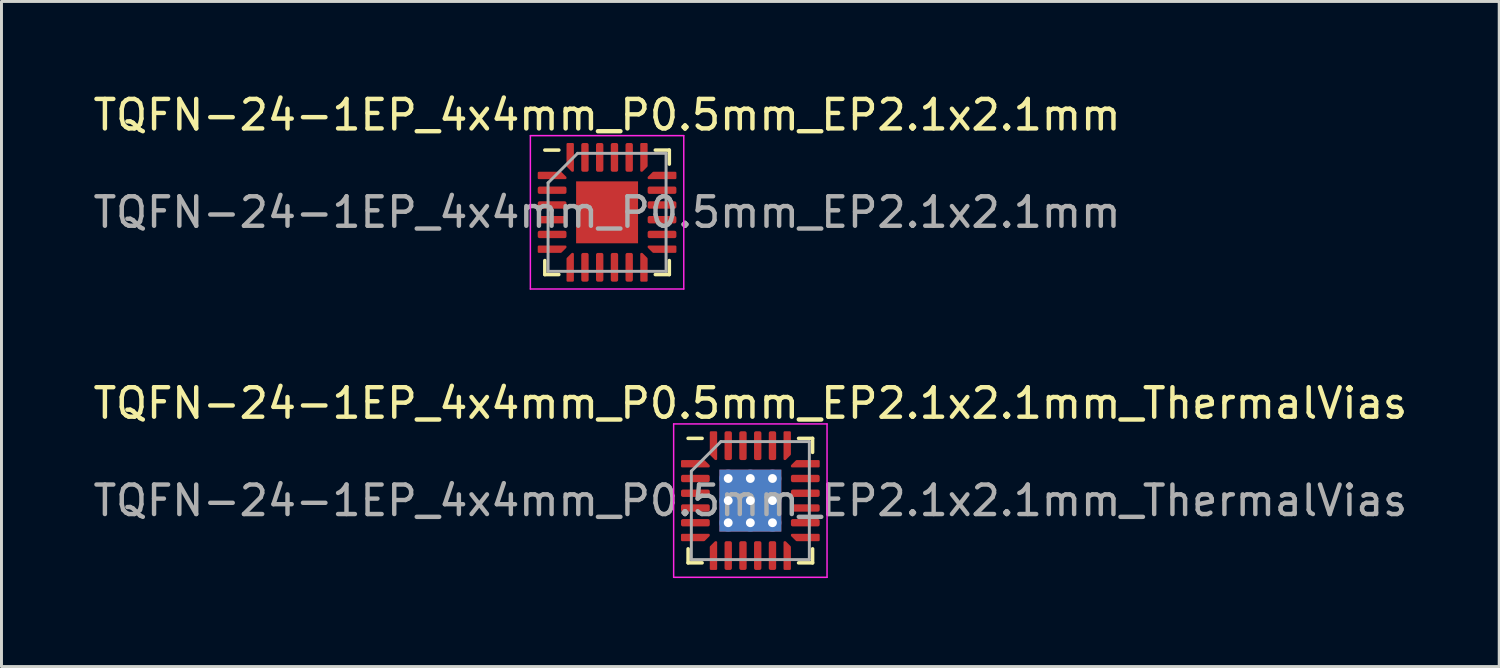
<source format=kicad_pcb>
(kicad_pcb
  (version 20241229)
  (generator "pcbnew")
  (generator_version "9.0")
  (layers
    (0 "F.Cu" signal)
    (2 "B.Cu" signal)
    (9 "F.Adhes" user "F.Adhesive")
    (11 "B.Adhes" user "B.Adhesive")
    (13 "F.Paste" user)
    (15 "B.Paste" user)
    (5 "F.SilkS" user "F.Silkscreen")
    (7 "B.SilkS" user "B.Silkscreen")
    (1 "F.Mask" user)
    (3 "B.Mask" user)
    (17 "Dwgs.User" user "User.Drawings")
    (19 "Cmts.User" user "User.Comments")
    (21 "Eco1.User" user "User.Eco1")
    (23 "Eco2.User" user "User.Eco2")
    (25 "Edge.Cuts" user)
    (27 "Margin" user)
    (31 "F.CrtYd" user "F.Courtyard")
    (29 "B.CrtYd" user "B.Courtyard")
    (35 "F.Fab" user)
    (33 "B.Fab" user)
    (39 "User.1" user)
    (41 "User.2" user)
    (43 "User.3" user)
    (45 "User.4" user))
  (footprint "TQFN-24-1EP_4x4mm_P0.5mm_EP2.1x2.1mm"
    (layer "F.Cu")
    (at 17.53 4.148)
    (property "Reference" "TQFN-24-1EP_4x4mm_P0.5mm_EP2.1x2.1mm" (at 0 -3.3 0) (layer "F.SilkS") (effects (font (size 1 1) (thickness 0.15))))
    (attr smd)
    (fp_line (start -2.11 2.11) (end -2.11 1.635) (stroke (width 0.12) (type solid)) (layer "F.SilkS"))
    (fp_line (start -1.635 -2.11) (end -2.11 -2.11) (stroke (width 0.12) (type solid)) (layer "F.SilkS"))
    (fp_line (start -1.635 2.11) (end -2.11 2.11) (stroke (width 0.12) (type solid)) (layer "F.SilkS"))
    (fp_line (start 1.635 -2.11) (end 2.11 -2.11) (stroke (width 0.12) (type solid)) (layer "F.SilkS"))
    (fp_line (start 1.635 2.11) (end 2.11 2.11) (stroke (width 0.12) (type solid)) (layer "F.SilkS"))
    (fp_line (start 2.11 -2.11) (end 2.11 -1.635) (stroke (width 0.12) (type solid)) (layer "F.SilkS"))
    (fp_line (start 2.11 2.11) (end 2.11 1.635) (stroke (width 0.12) (type solid)) (layer "F.SilkS"))
    (fp_line (start -2.6 -2.6) (end -2.6 2.6) (stroke (width 0.05) (type solid)) (layer "F.CrtYd"))
    (fp_line (start -2.6 2.6) (end 2.6 2.6) (stroke (width 0.05) (type solid)) (layer "F.CrtYd"))
    (fp_line (start 2.6 -2.6) (end -2.6 -2.6) (stroke (width 0.05) (type solid)) (layer "F.CrtYd"))
    (fp_line (start 2.6 2.6) (end 2.6 -2.6) (stroke (width 0.05) (type solid)) (layer "F.CrtYd"))
    (fp_line (start -2 -1) (end -1 -2) (stroke (width 0.1) (type solid)) (layer "F.Fab"))
    (fp_line (start -2 2) (end -2 -1) (stroke (width 0.1) (type solid)) (layer "F.Fab"))
    (fp_line (start -1 -2) (end 2 -2) (stroke (width 0.1) (type solid)) (layer "F.Fab"))
    (fp_line (start 2 -2) (end 2 2) (stroke (width 0.1) (type solid)) (layer "F.Fab"))
    (fp_line (start 2 2) (end -2 2) (stroke (width 0.1) (type solid)) (layer "F.Fab"))
    (fp_text user "${REFERENCE}" (at 0 0 0) (layer "F.Fab") (effects (font (size 1 1) (thickness 0.15))))
    (pad "" smd roundrect (at -0.525 -0.525) (size 0.85 0.85) (layers "F.Paste") (roundrect_rratio 0.25))
    (pad "" smd roundrect (at -0.525 0.525) (size 0.85 0.85) (layers "F.Paste") (roundrect_rratio 0.25))
    (pad "" smd roundrect (at 0.525 -0.525) (size 0.85 0.85) (layers "F.Paste") (roundrect_rratio 0.25))
    (pad "" smd roundrect (at 0.525 0.525) (size 0.85 0.85) (layers "F.Paste") (roundrect_rratio 0.25))
    (pad "1" smd custom (at -1.863 -1.25) (size 0.123 0.123) (layers "F.Cu" "F.Mask" "F.Paste") (options (anchor circle)) (primitives (gr_poly (pts (xy -0.453 -0.09) (xy 0.293 -0.09) (xy 0.453 0.069) (xy 0.453 0.09) (xy -0.453 0.09)) (width 0.07) (fill yes))))
    (pad "2" smd roundrect (at -1.863 -0.75) (size 0.975 0.25) (layers "F.Cu" "F.Mask" "F.Paste") (roundrect_rratio 0.25))
    (pad "3" smd roundrect (at -1.863 -0.25) (size 0.975 0.25) (layers "F.Cu" "F.Mask" "F.Paste") (roundrect_rratio 0.25))
    (pad "4" smd roundrect (at -1.863 0.25) (size 0.975 0.25) (layers "F.Cu" "F.Mask" "F.Paste") (roundrect_rratio 0.25))
    (pad "5" smd roundrect (at -1.863 0.75) (size 0.975 0.25) (layers "F.Cu" "F.Mask" "F.Paste") (roundrect_rratio 0.25))
    (pad "6" smd custom (at -1.863 1.25) (size 0.123 0.123) (layers "F.Cu" "F.Mask" "F.Paste") (options (anchor circle)) (primitives (gr_poly (pts (xy -0.453 -0.09) (xy 0.453 -0.09) (xy 0.453 -0.069) (xy 0.293 0.09) (xy -0.453 0.09)) (width 0.07) (fill yes))))
    (pad "7" smd custom (at -1.25 1.863) (size 0.123 0.123) (layers "F.Cu" "F.Mask" "F.Paste") (options (anchor circle)) (primitives (gr_poly (pts (xy -0.09 -0.293) (xy 0.069 -0.453) (xy 0.09 -0.453) (xy 0.09 0.453) (xy -0.09 0.453)) (width 0.07) (fill yes))))
    (pad "8" smd roundrect (at -0.75 1.863) (size 0.25 0.975) (layers "F.Cu" "F.Mask" "F.Paste") (roundrect_rratio 0.25))
    (pad "9" smd roundrect (at -0.25 1.863) (size 0.25 0.975) (layers "F.Cu" "F.Mask" "F.Paste") (roundrect_rratio 0.25))
    (pad "10" smd roundrect (at 0.25 1.863) (size 0.25 0.975) (layers "F.Cu" "F.Mask" "F.Paste") (roundrect_rratio 0.25))
    (pad "11" smd roundrect (at 0.75 1.863) (size 0.25 0.975) (layers "F.Cu" "F.Mask" "F.Paste") (roundrect_rratio 0.25))
    (pad "12" smd custom (at 1.25 1.863) (size 0.123 0.123) (layers "F.Cu" "F.Mask" "F.Paste") (options (anchor circle)) (primitives (gr_poly (pts (xy -0.09 -0.453) (xy -0.069 -0.453) (xy 0.09 -0.293) (xy 0.09 0.453) (xy -0.09 0.453)) (width 0.07) (fill yes))))
    (pad "13" smd custom (at 1.863 1.25) (size 0.123 0.123) (layers "F.Cu" "F.Mask" "F.Paste") (options (anchor circle)) (primitives (gr_poly (pts (xy -0.453 -0.09) (xy 0.453 -0.09) (xy 0.453 0.09) (xy -0.293 0.09) (xy -0.453 -0.069)) (width 0.07) (fill yes))))
    (pad "14" smd roundrect (at 1.863 0.75) (size 0.975 0.25) (layers "F.Cu" "F.Mask" "F.Paste") (roundrect_rratio 0.25))
    (pad "15" smd roundrect (at 1.863 0.25) (size 0.975 0.25) (layers "F.Cu" "F.Mask" "F.Paste") (roundrect_rratio 0.25))
    (pad "16" smd roundrect (at 1.863 -0.25) (size 0.975 0.25) (layers "F.Cu" "F.Mask" "F.Paste") (roundrect_rratio 0.25))
    (pad "17" smd roundrect (at 1.863 -0.75) (size 0.975 0.25) (layers "F.Cu" "F.Mask" "F.Paste") (roundrect_rratio 0.25))
    (pad "18" smd custom (at 1.863 -1.25) (size 0.123 0.123) (layers "F.Cu" "F.Mask" "F.Paste") (options (anchor circle)) (primitives (gr_poly (pts (xy -0.453 0.069) (xy -0.293 -0.09) (xy 0.453 -0.09) (xy 0.453 0.09) (xy -0.453 0.09)) (width 0.07) (fill yes))))
    (pad "19" smd custom (at 1.25 -1.863) (size 0.123 0.123) (layers "F.Cu" "F.Mask" "F.Paste") (options (anchor circle)) (primitives (gr_poly (pts (xy -0.09 -0.453) (xy 0.09 -0.453) (xy 0.09 0.293) (xy -0.069 0.453) (xy -0.09 0.453)) (width 0.07) (fill yes))))
    (pad "20" smd roundrect (at 0.75 -1.863) (size 0.25 0.975) (layers "F.Cu" "F.Mask" "F.Paste") (roundrect_rratio 0.25))
    (pad "21" smd roundrect (at 0.25 -1.863) (size 0.25 0.975) (layers "F.Cu" "F.Mask" "F.Paste") (roundrect_rratio 0.25))
    (pad "22" smd roundrect (at -0.25 -1.863) (size 0.25 0.975) (layers "F.Cu" "F.Mask" "F.Paste") (roundrect_rratio 0.25))
    (pad "23" smd roundrect (at -0.75 -1.863) (size 0.25 0.975) (layers "F.Cu" "F.Mask" "F.Paste") (roundrect_rratio 0.25))
    (pad "24" smd custom (at -1.25 -1.863) (size 0.123 0.123) (layers "F.Cu" "F.Mask" "F.Paste") (options (anchor circle)) (primitives (gr_poly (pts (xy -0.09 -0.453) (xy 0.09 -0.453) (xy 0.09 0.453) (xy 0.069 0.453) (xy -0.09 0.293)) (width 0.07) (fill yes))))
    (pad "25" smd rect (at 0 0) (size 2.1 2.1) (layers "F.Cu" "F.Mask")))
  (footprint "TQFN-24-1EP_4x4mm_P0.5mm_EP2.1x2.1mm_ThermalVias"
    (layer "F.Cu")
    (at 22.387 13.921)
    (property "Reference" "TQFN-24-1EP_4x4mm_P0.5mm_EP2.1x2.1mm_ThermalVias" (at 0 -3.3 0) (layer "F.SilkS") (effects (font (size 1 1) (thickness 0.15))))
    (attr smd)
    (fp_line (start -2.11 2.11) (end -2.11 1.635) (stroke (width 0.12) (type solid)) (layer "F.SilkS"))
    (fp_line (start -1.635 -2.11) (end -2.11 -2.11) (stroke (width 0.12) (type solid)) (layer "F.SilkS"))
    (fp_line (start -1.635 2.11) (end -2.11 2.11) (stroke (width 0.12) (type solid)) (layer "F.SilkS"))
    (fp_line (start 1.635 -2.11) (end 2.11 -2.11) (stroke (width 0.12) (type solid)) (layer "F.SilkS"))
    (fp_line (start 1.635 2.11) (end 2.11 2.11) (stroke (width 0.12) (type solid)) (layer "F.SilkS"))
    (fp_line (start 2.11 -2.11) (end 2.11 -1.635) (stroke (width 0.12) (type solid)) (layer "F.SilkS"))
    (fp_line (start 2.11 2.11) (end 2.11 1.635) (stroke (width 0.12) (type solid)) (layer "F.SilkS"))
    (fp_line (start -2.6 -2.6) (end -2.6 2.6) (stroke (width 0.05) (type solid)) (layer "F.CrtYd"))
    (fp_line (start -2.6 2.6) (end 2.6 2.6) (stroke (width 0.05) (type solid)) (layer "F.CrtYd"))
    (fp_line (start 2.6 -2.6) (end -2.6 -2.6) (stroke (width 0.05) (type solid)) (layer "F.CrtYd"))
    (fp_line (start 2.6 2.6) (end 2.6 -2.6) (stroke (width 0.05) (type solid)) (layer "F.CrtYd"))
    (fp_line (start -2 -1) (end -1 -2) (stroke (width 0.1) (type solid)) (layer "F.Fab"))
    (fp_line (start -2 2) (end -2 -1) (stroke (width 0.1) (type solid)) (layer "F.Fab"))
    (fp_line (start -1 -2) (end 2 -2) (stroke (width 0.1) (type solid)) (layer "F.Fab"))
    (fp_line (start 2 -2) (end 2 2) (stroke (width 0.1) (type solid)) (layer "F.Fab"))
    (fp_line (start 2 2) (end -2 2) (stroke (width 0.1) (type solid)) (layer "F.Fab"))
    (fp_text user "${REFERENCE}" (at 0 0 0) (layer "F.Fab") (effects (font (size 1 1) (thickness 0.15))))
    (pad "" smd roundrect (at -0.525 -0.525) (size 0.85 0.85) (layers "F.Paste") (roundrect_rratio 0.25))
    (pad "" smd roundrect (at -0.525 0.525) (size 0.85 0.85) (layers "F.Paste") (roundrect_rratio 0.25))
    (pad "" smd roundrect (at 0.525 -0.525) (size 0.85 0.85) (layers "F.Paste") (roundrect_rratio 0.25))
    (pad "" smd roundrect (at 0.525 0.525) (size 0.85 0.85) (layers "F.Paste") (roundrect_rratio 0.25))
    (pad "1" smd custom (at -1.863 -1.25) (size 0.123 0.123) (layers "F.Cu" "F.Mask" "F.Paste") (options (anchor circle)) (primitives (gr_poly (pts (xy -0.453 -0.09) (xy 0.293 -0.09) (xy 0.453 0.069) (xy 0.453 0.09) (xy -0.453 0.09)) (width 0.07) (fill yes))))
    (pad "2" smd roundrect (at -1.863 -0.75) (size 0.975 0.25) (layers "F.Cu" "F.Mask" "F.Paste") (roundrect_rratio 0.25))
    (pad "3" smd roundrect (at -1.863 -0.25) (size 0.975 0.25) (layers "F.Cu" "F.Mask" "F.Paste") (roundrect_rratio 0.25))
    (pad "4" smd roundrect (at -1.863 0.25) (size 0.975 0.25) (layers "F.Cu" "F.Mask" "F.Paste") (roundrect_rratio 0.25))
    (pad "5" smd roundrect (at -1.863 0.75) (size 0.975 0.25) (layers "F.Cu" "F.Mask" "F.Paste") (roundrect_rratio 0.25))
    (pad "6" smd custom (at -1.863 1.25) (size 0.123 0.123) (layers "F.Cu" "F.Mask" "F.Paste") (options (anchor circle)) (primitives (gr_poly (pts (xy -0.453 -0.09) (xy 0.453 -0.09) (xy 0.453 -0.069) (xy 0.293 0.09) (xy -0.453 0.09)) (width 0.07) (fill yes))))
    (pad "7" smd custom (at -1.25 1.863) (size 0.123 0.123) (layers "F.Cu" "F.Mask" "F.Paste") (options (anchor circle)) (primitives (gr_poly (pts (xy -0.09 -0.293) (xy 0.069 -0.453) (xy 0.09 -0.453) (xy 0.09 0.453) (xy -0.09 0.453)) (width 0.07) (fill yes))))
    (pad "8" smd roundrect (at -0.75 1.863) (size 0.25 0.975) (layers "F.Cu" "F.Mask" "F.Paste") (roundrect_rratio 0.25))
    (pad "9" smd roundrect (at -0.25 1.863) (size 0.25 0.975) (layers "F.Cu" "F.Mask" "F.Paste") (roundrect_rratio 0.25))
    (pad "10" smd roundrect (at 0.25 1.863) (size 0.25 0.975) (layers "F.Cu" "F.Mask" "F.Paste") (roundrect_rratio 0.25))
    (pad "11" smd roundrect (at 0.75 1.863) (size 0.25 0.975) (layers "F.Cu" "F.Mask" "F.Paste") (roundrect_rratio 0.25))
    (pad "12" smd custom (at 1.25 1.863) (size 0.123 0.123) (layers "F.Cu" "F.Mask" "F.Paste") (options (anchor circle)) (primitives (gr_poly (pts (xy -0.09 -0.453) (xy -0.069 -0.453) (xy 0.09 -0.293) (xy 0.09 0.453) (xy -0.09 0.453)) (width 0.07) (fill yes))))
    (pad "13" smd custom (at 1.863 1.25) (size 0.123 0.123) (layers "F.Cu" "F.Mask" "F.Paste") (options (anchor circle)) (primitives (gr_poly (pts (xy -0.453 -0.09) (xy 0.453 -0.09) (xy 0.453 0.09) (xy -0.293 0.09) (xy -0.453 -0.069)) (width 0.07) (fill yes))))
    (pad "14" smd roundrect (at 1.863 0.75) (size 0.975 0.25) (layers "F.Cu" "F.Mask" "F.Paste") (roundrect_rratio 0.25))
    (pad "15" smd roundrect (at 1.863 0.25) (size 0.975 0.25) (layers "F.Cu" "F.Mask" "F.Paste") (roundrect_rratio 0.25))
    (pad "16" smd roundrect (at 1.863 -0.25) (size 0.975 0.25) (layers "F.Cu" "F.Mask" "F.Paste") (roundrect_rratio 0.25))
    (pad "17" smd roundrect (at 1.863 -0.75) (size 0.975 0.25) (layers "F.Cu" "F.Mask" "F.Paste") (roundrect_rratio 0.25))
    (pad "18" smd custom (at 1.863 -1.25) (size 0.123 0.123) (layers "F.Cu" "F.Mask" "F.Paste") (options (anchor circle)) (primitives (gr_poly (pts (xy -0.453 0.069) (xy -0.293 -0.09) (xy 0.453 -0.09) (xy 0.453 0.09) (xy -0.453 0.09)) (width 0.07) (fill yes))))
    (pad "19" smd custom (at 1.25 -1.863) (size 0.123 0.123) (layers "F.Cu" "F.Mask" "F.Paste") (options (anchor circle)) (primitives (gr_poly (pts (xy -0.09 -0.453) (xy 0.09 -0.453) (xy 0.09 0.293) (xy -0.069 0.453) (xy -0.09 0.453)) (width 0.07) (fill yes))))
    (pad "20" smd roundrect (at 0.75 -1.863) (size 0.25 0.975) (layers "F.Cu" "F.Mask" "F.Paste") (roundrect_rratio 0.25))
    (pad "21" smd roundrect (at 0.25 -1.863) (size 0.25 0.975) (layers "F.Cu" "F.Mask" "F.Paste") (roundrect_rratio 0.25))
    (pad "22" smd roundrect (at -0.25 -1.863) (size 0.25 0.975) (layers "F.Cu" "F.Mask" "F.Paste") (roundrect_rratio 0.25))
    (pad "23" smd roundrect (at -0.75 -1.863) (size 0.25 0.975) (layers "F.Cu" "F.Mask" "F.Paste") (roundrect_rratio 0.25))
    (pad "24" smd custom (at -1.25 -1.863) (size 0.123 0.123) (layers "F.Cu" "F.Mask" "F.Paste") (options (anchor circle)) (primitives (gr_poly (pts (xy -0.09 -0.453) (xy 0.09 -0.453) (xy 0.09 0.453) (xy 0.069 0.453) (xy -0.09 0.293)) (width 0.07) (fill yes))))
    (pad "25" thru_hole circle (at -0.75 -0.75) (size 0.6 0.6) (drill 0.3) (layers "*.Cu"))
    (pad "25" thru_hole circle (at -0.75 0) (size 0.6 0.6) (drill 0.3) (layers "*.Cu"))
    (pad "25" thru_hole circle (at -0.75 0.75) (size 0.6 0.6) (drill 0.3) (layers "*.Cu"))
    (pad "25" thru_hole circle (at 0 -0.75) (size 0.6 0.6) (drill 0.3) (layers "*.Cu"))
    (pad "25" thru_hole circle (at 0 0) (size 0.6 0.6) (drill 0.3) (layers "*.Cu"))
    (pad "25" smd rect (at 0 0) (size 2.1 2.1) (layers "F.Cu" "F.Mask"))
    (pad "25" smd rect (at 0 0) (size 2.1 2.1) (layers "B.Cu"))
    (pad "25" thru_hole circle (at 0 0.75) (size 0.6 0.6) (drill 0.3) (layers "*.Cu"))
    (pad "25" thru_hole circle (at 0.75 -0.75) (size 0.6 0.6) (drill 0.3) (layers "*.Cu"))
    (pad "25" thru_hole circle (at 0.75 0) (size 0.6 0.6) (drill 0.3) (layers "*.Cu"))
    (pad "25" thru_hole circle (at 0.75 0.75) (size 0.6 0.6) (drill 0.3) (layers "*.Cu")))
  (gr_rect
    (start -3 -3)
    (end 47.774 19.547)
    (stroke (width 0.1) (type default))
    (fill no)
    (layer "Edge.Cuts")))
</source>
